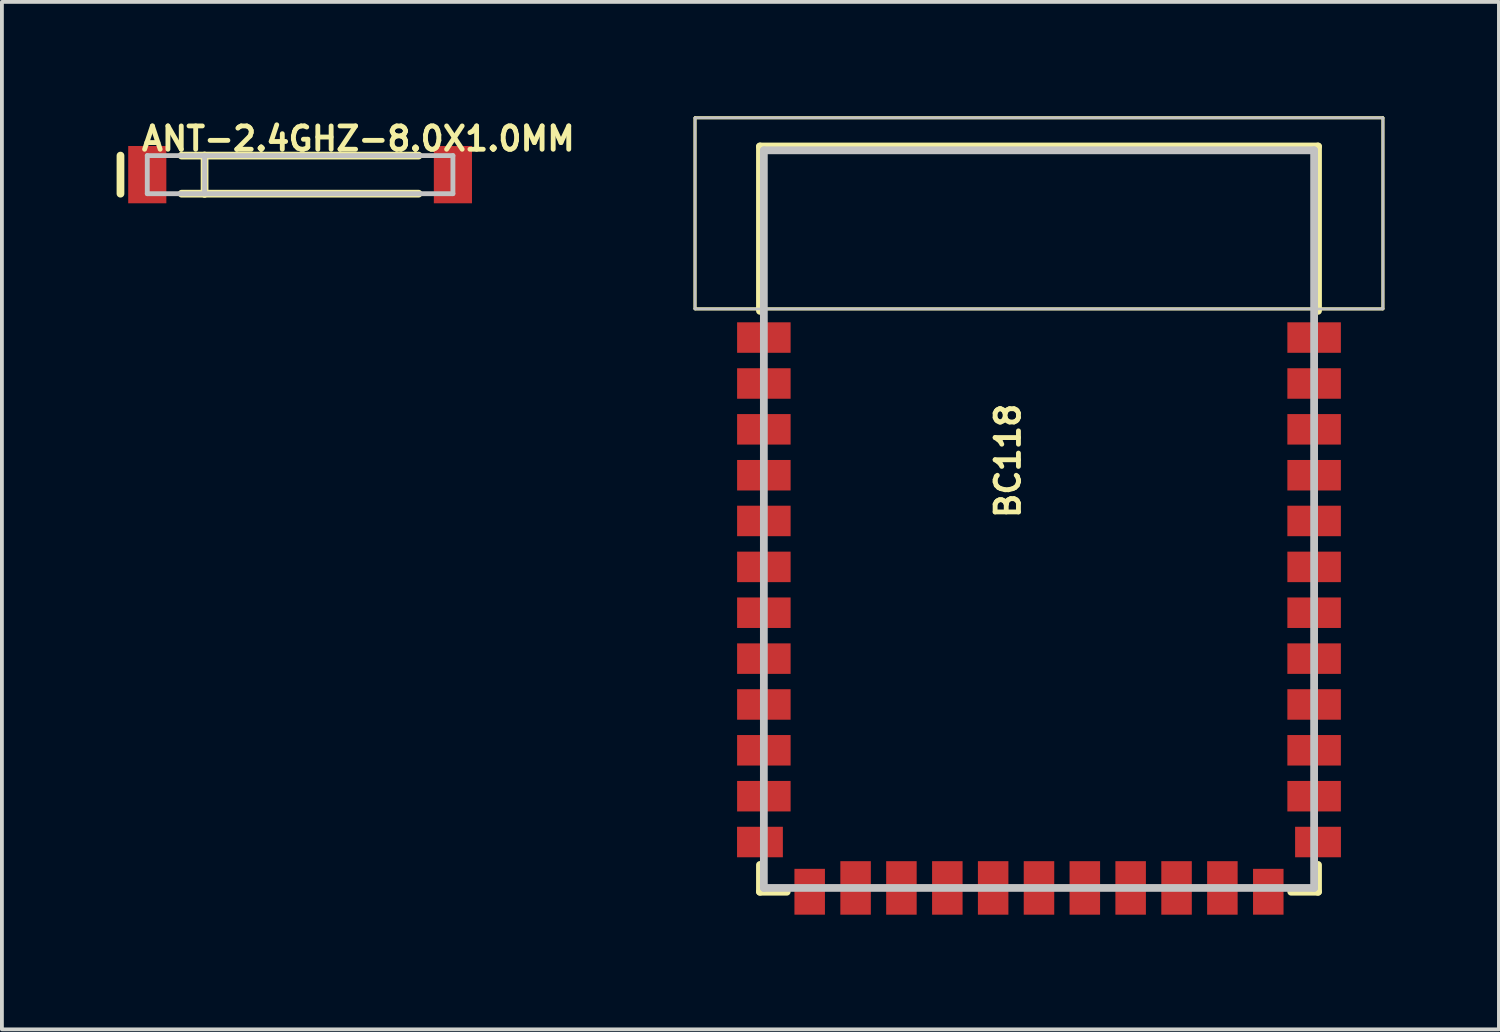
<source format=kicad_pcb>
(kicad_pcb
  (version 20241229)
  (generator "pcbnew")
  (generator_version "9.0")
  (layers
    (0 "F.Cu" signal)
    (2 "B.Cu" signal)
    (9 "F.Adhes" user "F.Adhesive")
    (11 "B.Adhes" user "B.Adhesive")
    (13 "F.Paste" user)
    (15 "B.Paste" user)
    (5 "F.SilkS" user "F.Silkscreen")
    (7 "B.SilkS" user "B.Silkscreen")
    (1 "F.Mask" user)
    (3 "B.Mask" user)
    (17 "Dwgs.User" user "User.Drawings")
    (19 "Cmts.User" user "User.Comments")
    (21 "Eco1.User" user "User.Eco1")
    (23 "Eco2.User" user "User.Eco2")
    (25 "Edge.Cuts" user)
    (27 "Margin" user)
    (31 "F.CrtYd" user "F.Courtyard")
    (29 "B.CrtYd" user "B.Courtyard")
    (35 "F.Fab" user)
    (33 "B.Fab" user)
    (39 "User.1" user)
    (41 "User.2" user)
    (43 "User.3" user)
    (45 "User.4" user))
  (footprint "ANT-2.4GHZ-8.0X1.0MM"
    (layer "F.Cu")
    (at 4.801 1.519)
    (property "Reference" "ANT-2.4GHZ-8.0X1.0MM" (at 1.524 -0.94 0) (layer "F.SilkS") (effects (font (size 0.61 0.61) (thickness 0.127))))
    (attr smd)
    (fp_line (start -4.699 -0.498) (end -4.699 0.498) (stroke (width 0.203) (type solid)) (layer "F.SilkS"))
    (fp_line (start -3.099 -0.498) (end -2.499 -0.498) (stroke (width 0.203) (type solid)) (layer "F.SilkS"))
    (fp_line (start -2.499 -0.498) (end -2.499 0.498) (stroke (width 0.203) (type solid)) (layer "F.SilkS"))
    (fp_line (start -2.499 -0.498) (end 3.099 -0.498) (stroke (width 0.203) (type solid)) (layer "F.SilkS"))
    (fp_line (start -2.499 0.498) (end -3.099 0.498) (stroke (width 0.203) (type solid)) (layer "F.SilkS"))
    (fp_line (start 3.099 0.498) (end -2.499 0.498) (stroke (width 0.203) (type solid)) (layer "F.SilkS"))
    (fp_line (start -3.998 -0.498) (end -2.499 -0.498) (stroke (width 0.127) (type solid)) (layer "Dwgs.User"))
    (fp_line (start -3.998 0.498) (end -3.998 -0.498) (stroke (width 0.127) (type solid)) (layer "Dwgs.User"))
    (fp_line (start -2.499 -0.498) (end -2.499 0.498) (stroke (width 0.127) (type solid)) (layer "Dwgs.User"))
    (fp_line (start -2.499 -0.498) (end 3.998 -0.498) (stroke (width 0.127) (type solid)) (layer "Dwgs.User"))
    (fp_line (start -2.499 0.498) (end -3.998 0.498) (stroke (width 0.127) (type solid)) (layer "Dwgs.User"))
    (fp_line (start 3.998 -0.498) (end 3.998 0.498) (stroke (width 0.127) (type solid)) (layer "Dwgs.User"))
    (fp_line (start 3.998 0.498) (end -2.499 0.498) (stroke (width 0.127) (type solid)) (layer "Dwgs.User"))
    (pad "FEED" smd rect (at -3.998 0) (size 0.998 1.499) (layers "F.Cu" "F.Mask" "F.Paste"))
    (pad "NC" smd rect (at 3.998 0) (size 0.998 1.499) (layers "F.Cu" "F.Mask" "F.Paste")))
  (footprint "BC118"
    (layer "F.Cu")
    (at 24.132 10.531)
    (property "Reference" "BC118" (at -0.813 -1.524 90) (layer "F.SilkS") (effects (font (size 0.61 0.61) (thickness 0.127))))
    (attr smd)
    (fp_line (start -8.999 -10.498) (end 8.999 -10.498) (stroke (width 0.066) (type solid)) (layer "F.SilkS"))
    (fp_line (start -8.999 -10.498) (end 8.999 -10.498) (stroke (width 0.066) (type solid)) (layer "F.SilkS"))
    (fp_line (start -8.999 -10.498) (end 8.999 -10.498) (stroke (width 0.066) (type solid)) (layer "F.SilkS"))
    (fp_line (start -8.999 -5.499) (end -8.999 -10.498) (stroke (width 0.066) (type solid)) (layer "F.SilkS"))
    (fp_line (start -8.999 -5.499) (end -8.999 -10.498) (stroke (width 0.066) (type solid)) (layer "F.SilkS"))
    (fp_line (start -8.999 -5.499) (end -8.999 -10.498) (stroke (width 0.066) (type solid)) (layer "F.SilkS"))
    (fp_line (start -8.999 -5.499) (end 8.999 -5.499) (stroke (width 0.066) (type solid)) (layer "F.SilkS"))
    (fp_line (start -8.999 -5.499) (end 8.999 -5.499) (stroke (width 0.066) (type solid)) (layer "F.SilkS"))
    (fp_line (start -8.999 -5.499) (end 8.999 -5.499) (stroke (width 0.066) (type solid)) (layer "F.SilkS"))
    (fp_line (start -7.3 -9.749) (end 7.3 -9.749) (stroke (width 0.203) (type solid)) (layer "F.SilkS"))
    (fp_line (start -7.3 -5.448) (end -7.3 -9.749) (stroke (width 0.203) (type solid)) (layer "F.SilkS"))
    (fp_line (start -7.3 9.047) (end -7.3 9.749) (stroke (width 0.203) (type solid)) (layer "F.SilkS"))
    (fp_line (start -7.3 9.749) (end -6.599 9.749) (stroke (width 0.203) (type solid)) (layer "F.SilkS"))
    (fp_line (start 6.599 9.749) (end 7.3 9.749) (stroke (width 0.203) (type solid)) (layer "F.SilkS"))
    (fp_line (start 7.3 -9.749) (end 7.3 -5.448) (stroke (width 0.203) (type solid)) (layer "F.SilkS"))
    (fp_line (start 7.3 9.749) (end 7.3 9.047) (stroke (width 0.203) (type solid)) (layer "F.SilkS"))
    (fp_line (start 8.999 -5.499) (end 8.999 -10.498) (stroke (width 0.066) (type solid)) (layer "F.SilkS"))
    (fp_line (start 8.999 -5.499) (end 8.999 -10.498) (stroke (width 0.066) (type solid)) (layer "F.SilkS"))
    (fp_line (start 8.999 -5.499) (end 8.999 -10.498) (stroke (width 0.066) (type solid)) (layer "F.SilkS"))
    (fp_line (start -8.999 -10.498) (end 8.999 -10.498) (stroke (width 0.066) (type solid)) (layer "Dwgs.User"))
    (fp_line (start -8.999 -5.499) (end -8.999 -10.498) (stroke (width 0.066) (type solid)) (layer "Dwgs.User"))
    (fp_line (start -8.999 -5.499) (end 8.999 -5.499) (stroke (width 0.066) (type solid)) (layer "Dwgs.User"))
    (fp_line (start -7.198 -9.649) (end 7.198 -9.649) (stroke (width 0.203) (type solid)) (layer "Dwgs.User"))
    (fp_line (start -7.198 9.649) (end -7.198 -9.649) (stroke (width 0.203) (type solid)) (layer "Dwgs.User"))
    (fp_line (start 7.198 -9.649) (end 7.198 9.649) (stroke (width 0.203) (type solid)) (layer "Dwgs.User"))
    (fp_line (start 7.198 9.649) (end -7.198 9.649) (stroke (width 0.203) (type solid)) (layer "Dwgs.User"))
    (fp_line (start 8.999 -5.499) (end 8.999 -10.498) (stroke (width 0.066) (type solid)) (layer "Dwgs.User"))
    (fp_line (start -8.999 -10.498) (end 8.999 -10.498) (stroke (width 0.066) (type solid)) (layer "Eco2.User"))
    (fp_line (start -8.999 -5.499) (end -8.999 -10.498) (stroke (width 0.066) (type solid)) (layer "Eco2.User"))
    (fp_line (start -8.999 -5.499) (end 8.999 -5.499) (stroke (width 0.066) (type solid)) (layer "Eco2.User"))
    (fp_line (start 8.999 -5.499) (end 8.999 -10.498) (stroke (width 0.066) (type solid)) (layer "Eco2.User"))
    (pad "1" smd rect (at -7.198 -4.75) (size 1.4 0.798) (layers "F.Cu" "F.Mask" "F.Paste"))
    (pad "2" smd rect (at -7.198 -3.548) (size 1.4 0.798) (layers "F.Cu" "F.Mask" "F.Paste"))
    (pad "3" smd rect (at -7.198 -2.349) (size 1.4 0.798) (layers "F.Cu" "F.Mask" "F.Paste"))
    (pad "4" smd rect (at -7.198 -1.148) (size 1.4 0.798) (layers "F.Cu" "F.Mask" "F.Paste"))
    (pad "5" smd rect (at -7.198 0.048) (size 1.4 0.798) (layers "F.Cu" "F.Mask" "F.Paste"))
    (pad "6" smd rect (at -7.198 1.25) (size 1.4 0.798) (layers "F.Cu" "F.Mask" "F.Paste"))
    (pad "7" smd rect (at -7.198 2.449) (size 1.4 0.798) (layers "F.Cu" "F.Mask" "F.Paste"))
    (pad "8" smd rect (at -7.198 3.65) (size 1.4 0.798) (layers "F.Cu" "F.Mask" "F.Paste"))
    (pad "9" smd rect (at -7.198 4.849) (size 1.4 0.798) (layers "F.Cu" "F.Mask" "F.Paste"))
    (pad "10" smd rect (at -7.198 6.048) (size 1.4 0.798) (layers "F.Cu" "F.Mask" "F.Paste"))
    (pad "11" smd rect (at -7.198 7.249) (size 1.4 0.798) (layers "F.Cu" "F.Mask" "F.Paste"))
    (pad "12" smd rect (at -7.3 8.448) (size 1.199 0.798) (layers "F.Cu" "F.Mask" "F.Paste"))
    (pad "13" smd rect (at -5.999 9.749 90) (size 1.199 0.798) (layers "F.Cu" "F.Mask" "F.Paste"))
    (pad "14" smd rect (at -4.798 9.649 90) (size 1.4 0.798) (layers "F.Cu" "F.Mask" "F.Paste"))
    (pad "15" smd rect (at -3.599 9.649 90) (size 1.4 0.798) (layers "F.Cu" "F.Mask" "F.Paste"))
    (pad "16" smd rect (at -2.398 9.649 90) (size 1.4 0.798) (layers "F.Cu" "F.Mask" "F.Paste"))
    (pad "17" smd rect (at -1.199 9.649 90) (size 1.4 0.798) (layers "F.Cu" "F.Mask" "F.Paste"))
    (pad "18" smd rect (at 0 9.649 90) (size 1.4 0.798) (layers "F.Cu" "F.Mask" "F.Paste"))
    (pad "19" smd rect (at 1.199 9.649 90) (size 1.4 0.798) (layers "F.Cu" "F.Mask" "F.Paste"))
    (pad "20" smd rect (at 2.398 9.649 90) (size 1.4 0.798) (layers "F.Cu" "F.Mask" "F.Paste"))
    (pad "21" smd rect (at 3.599 9.649 90) (size 1.4 0.798) (layers "F.Cu" "F.Mask" "F.Paste"))
    (pad "22" smd rect (at 4.798 9.649 90) (size 1.4 0.798) (layers "F.Cu" "F.Mask" "F.Paste"))
    (pad "23" smd rect (at 5.999 9.749 90) (size 1.199 0.798) (layers "F.Cu" "F.Mask" "F.Paste"))
    (pad "24" smd rect (at 7.3 8.448) (size 1.199 0.798) (layers "F.Cu" "F.Mask" "F.Paste"))
    (pad "25" smd rect (at 7.198 7.249) (size 1.4 0.798) (layers "F.Cu" "F.Mask" "F.Paste"))
    (pad "26" smd rect (at 7.198 6.048) (size 1.4 0.798) (layers "F.Cu" "F.Mask" "F.Paste"))
    (pad "27" smd rect (at 7.198 4.849) (size 1.4 0.798) (layers "F.Cu" "F.Mask" "F.Paste"))
    (pad "28" smd rect (at 7.198 3.65) (size 1.4 0.798) (layers "F.Cu" "F.Mask" "F.Paste"))
    (pad "29" smd rect (at 7.198 2.449) (size 1.4 0.798) (layers "F.Cu" "F.Mask" "F.Paste"))
    (pad "30" smd rect (at 7.198 1.25) (size 1.4 0.798) (layers "F.Cu" "F.Mask" "F.Paste"))
    (pad "31" smd rect (at 7.198 0.048) (size 1.4 0.798) (layers "F.Cu" "F.Mask" "F.Paste"))
    (pad "32" smd rect (at 7.198 -1.148) (size 1.4 0.798) (layers "F.Cu" "F.Mask" "F.Paste"))
    (pad "33" smd rect (at 7.198 -2.349) (size 1.4 0.798) (layers "F.Cu" "F.Mask" "F.Paste"))
    (pad "34" smd rect (at 7.198 -3.548) (size 1.4 0.798) (layers "F.Cu" "F.Mask" "F.Paste"))
    (pad "35" smd rect (at 7.198 -4.75) (size 1.4 0.798) (layers "F.Cu" "F.Mask" "F.Paste")))
  (gr_rect
    (start -3 -3)
    (end 36.165 23.88)
    (stroke (width 0.1) (type default))
    (fill no)
    (layer "Edge.Cuts")))
</source>
